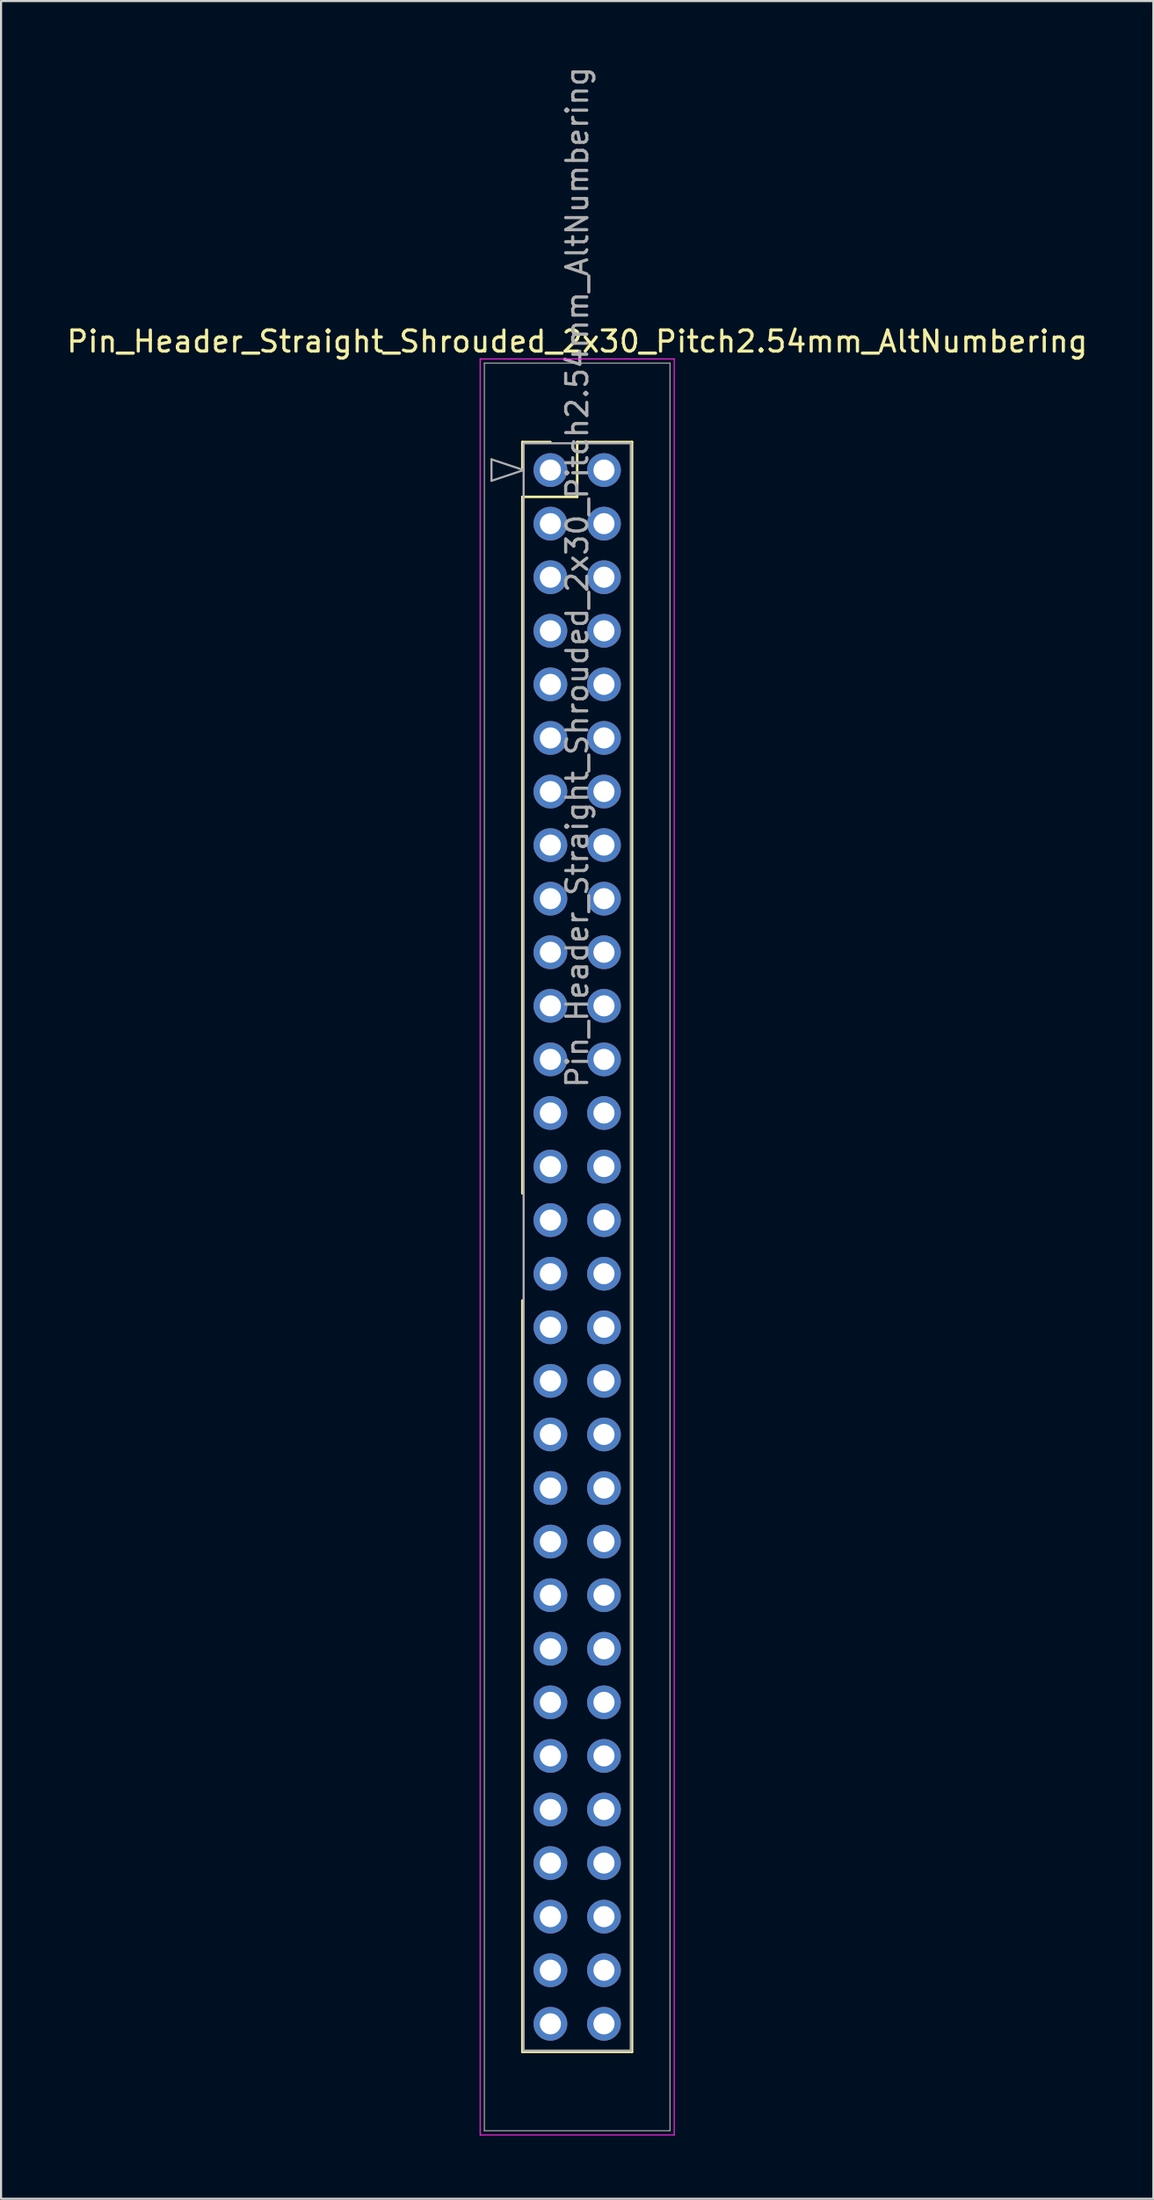
<source format=kicad_pcb>
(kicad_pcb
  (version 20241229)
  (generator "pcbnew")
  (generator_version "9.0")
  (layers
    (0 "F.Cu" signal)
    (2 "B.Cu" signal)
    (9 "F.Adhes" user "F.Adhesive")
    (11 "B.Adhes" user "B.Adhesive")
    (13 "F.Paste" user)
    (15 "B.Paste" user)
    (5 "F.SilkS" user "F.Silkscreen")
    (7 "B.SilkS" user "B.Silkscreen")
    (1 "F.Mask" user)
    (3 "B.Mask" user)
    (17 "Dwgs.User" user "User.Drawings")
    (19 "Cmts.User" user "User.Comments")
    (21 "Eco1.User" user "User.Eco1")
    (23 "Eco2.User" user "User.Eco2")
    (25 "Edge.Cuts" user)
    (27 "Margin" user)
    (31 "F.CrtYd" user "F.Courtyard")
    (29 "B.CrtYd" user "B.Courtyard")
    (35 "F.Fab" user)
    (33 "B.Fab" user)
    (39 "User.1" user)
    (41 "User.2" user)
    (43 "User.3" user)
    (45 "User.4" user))
  (footprint "Pin_Header_Straight_Shrouded_2x30_Pitch2.54mm_AltNumbering"
    (layer "F.Cu")
    (at 23.045 19.235)
    (property "Reference" "Pin_Header_Straight_Shrouded_2x30_Pitch2.54mm_AltNumbering" (at 1.27 -6.096 0) (layer "F.SilkS") (effects (font (size 1 1) (thickness 0.15))))
    (attr through_hole)
    (fp_line (start -1.33 -1.33) (end 0 -1.33) (stroke (width 0.12) (type solid)) (layer "F.SilkS"))
    (fp_line (start -1.33 0) (end -1.33 -1.33) (stroke (width 0.12) (type solid)) (layer "F.SilkS"))
    (fp_line (start -1.33 1.27) (end -1.33 34.29) (stroke (width 0.12) (type solid)) (layer "F.SilkS"))
    (fp_line (start -1.33 1.27) (end 1.27 1.27) (stroke (width 0.12) (type solid)) (layer "F.SilkS"))
    (fp_line (start -1.33 39.37) (end -1.33 74.99) (stroke (width 0.12) (type solid)) (layer "F.SilkS"))
    (fp_line (start -1.33 74.99) (end 3.87 74.99) (stroke (width 0.12) (type solid)) (layer "F.SilkS"))
    (fp_line (start 1.27 -1.33) (end 3.87 -1.33) (stroke (width 0.12) (type solid)) (layer "F.SilkS"))
    (fp_line (start 1.27 1.27) (end 1.27 -1.33) (stroke (width 0.12) (type solid)) (layer "F.SilkS"))
    (fp_line (start 3.87 -1.33) (end 3.87 74.99) (stroke (width 0.12) (type solid)) (layer "F.SilkS"))
    (fp_line (start -3.33 -5.27) (end -3.33 78.93) (stroke (width 0.05) (type solid)) (layer "F.CrtYd"))
    (fp_line (start -3.33 78.93) (end 5.87 78.93) (stroke (width 0.05) (type solid)) (layer "F.CrtYd"))
    (fp_line (start 5.87 -5.27) (end -3.33 -5.27) (stroke (width 0.05) (type solid)) (layer "F.CrtYd"))
    (fp_line (start 5.87 78.93) (end 5.87 -5.27) (stroke (width 0.05) (type solid)) (layer "F.CrtYd"))
    (fp_line (start -3.13 -5.07) (end -3.13 78.73) (stroke (width 0.05) (type solid)) (layer "F.Fab"))
    (fp_line (start -3.13 78.73) (end 5.67 78.73) (stroke (width 0.05) (type solid)) (layer "F.Fab"))
    (fp_line (start -2.794 -0.508) (end -1.27 0) (stroke (width 0.1) (type solid)) (layer "F.Fab"))
    (fp_line (start -2.794 0.508) (end -2.794 -0.508) (stroke (width 0.1) (type solid)) (layer "F.Fab"))
    (fp_line (start -1.27 -1.27) (end -1.27 74.93) (stroke (width 0.1) (type solid)) (layer "F.Fab"))
    (fp_line (start -1.27 0) (end -2.794 0.508) (stroke (width 0.1) (type solid)) (layer "F.Fab"))
    (fp_line (start -1.27 74.93) (end 3.81 74.93) (stroke (width 0.1) (type solid)) (layer "F.Fab"))
    (fp_line (start 3.81 -1.27) (end -1.27 -1.27) (stroke (width 0.1) (type solid)) (layer "F.Fab"))
    (fp_line (start 3.81 74.93) (end 3.81 -1.27) (stroke (width 0.1) (type solid)) (layer "F.Fab"))
    (fp_line (start 5.67 -5.07) (end -3.13 -5.07) (stroke (width 0.05) (type solid)) (layer "F.Fab"))
    (fp_line (start 5.67 78.73) (end 5.67 -5.07) (stroke (width 0.05) (type solid)) (layer "F.Fab"))
    (fp_text user "${REFERENCE}" (at 1.27 5.08 90) (layer "F.Fab") (effects (font (size 1 1) (thickness 0.15))))
    (pad "1" thru_hole oval (at 0 0) (size 1.6 1.6) (drill 1) (layers "*.Cu" "*.Mask"))
    (pad "2" thru_hole oval (at 0 2.54) (size 1.6 1.6) (drill 1) (layers "*.Cu" "*.Mask"))
    (pad "3" thru_hole oval (at 0 5.08) (size 1.6 1.6) (drill 1) (layers "*.Cu" "*.Mask"))
    (pad "4" thru_hole oval (at 0 7.62) (size 1.6 1.6) (drill 1) (layers "*.Cu" "*.Mask"))
    (pad "5" thru_hole oval (at 0 10.16) (size 1.6 1.6) (drill 1) (layers "*.Cu" "*.Mask"))
    (pad "6" thru_hole oval (at 0 12.7) (size 1.6 1.6) (drill 1) (layers "*.Cu" "*.Mask"))
    (pad "7" thru_hole oval (at 0 15.24) (size 1.6 1.6) (drill 1) (layers "*.Cu" "*.Mask"))
    (pad "8" thru_hole oval (at 0 17.78) (size 1.6 1.6) (drill 1) (layers "*.Cu" "*.Mask"))
    (pad "9" thru_hole oval (at 0 20.32) (size 1.6 1.6) (drill 1) (layers "*.Cu" "*.Mask"))
    (pad "10" thru_hole oval (at 0 22.86) (size 1.6 1.6) (drill 1) (layers "*.Cu" "*.Mask"))
    (pad "11" thru_hole oval (at 0 25.4) (size 1.6 1.6) (drill 1) (layers "*.Cu" "*.Mask"))
    (pad "12" thru_hole oval (at 0 27.94) (size 1.6 1.6) (drill 1) (layers "*.Cu" "*.Mask"))
    (pad "13" thru_hole oval (at 0 30.48) (size 1.6 1.6) (drill 1) (layers "*.Cu" "*.Mask"))
    (pad "14" thru_hole oval (at 0 33.02) (size 1.6 1.6) (drill 1) (layers "*.Cu" "*.Mask"))
    (pad "15" thru_hole oval (at 0 35.56) (size 1.6 1.6) (drill 1) (layers "*.Cu" "*.Mask"))
    (pad "16" thru_hole oval (at 0 38.1) (size 1.6 1.6) (drill 1) (layers "*.Cu" "*.Mask"))
    (pad "17" thru_hole oval (at 0 40.64) (size 1.6 1.6) (drill 1) (layers "*.Cu" "*.Mask"))
    (pad "18" thru_hole oval (at 0 43.18) (size 1.6 1.6) (drill 1) (layers "*.Cu" "*.Mask"))
    (pad "19" thru_hole oval (at 0 45.72) (size 1.6 1.6) (drill 1) (layers "*.Cu" "*.Mask"))
    (pad "20" thru_hole oval (at 0 48.26) (size 1.6 1.6) (drill 1) (layers "*.Cu" "*.Mask"))
    (pad "21" thru_hole oval (at 0 50.8) (size 1.6 1.6) (drill 1) (layers "*.Cu" "*.Mask"))
    (pad "22" thru_hole oval (at 0 53.34) (size 1.6 1.6) (drill 1) (layers "*.Cu" "*.Mask"))
    (pad "23" thru_hole oval (at 0 55.88) (size 1.6 1.6) (drill 1) (layers "*.Cu" "*.Mask"))
    (pad "24" thru_hole oval (at 0 58.42) (size 1.6 1.6) (drill 1) (layers "*.Cu" "*.Mask"))
    (pad "25" thru_hole oval (at 0 60.96) (size 1.6 1.6) (drill 1) (layers "*.Cu" "*.Mask"))
    (pad "26" thru_hole oval (at 0 63.5) (size 1.6 1.6) (drill 1) (layers "*.Cu" "*.Mask"))
    (pad "27" thru_hole oval (at 0 66.04) (size 1.6 1.6) (drill 1) (layers "*.Cu" "*.Mask"))
    (pad "28" thru_hole oval (at 0 68.58) (size 1.6 1.6) (drill 1) (layers "*.Cu" "*.Mask"))
    (pad "29" thru_hole oval (at 0 71.12) (size 1.6 1.6) (drill 1) (layers "*.Cu" "*.Mask"))
    (pad "30" thru_hole oval (at 0 73.66) (size 1.6 1.6) (drill 1) (layers "*.Cu" "*.Mask"))
    (pad "31" thru_hole oval (at 2.54 0) (size 1.6 1.6) (drill 1) (layers "*.Cu" "*.Mask"))
    (pad "32" thru_hole oval (at 2.54 2.54) (size 1.6 1.6) (drill 1) (layers "*.Cu" "*.Mask"))
    (pad "33" thru_hole oval (at 2.54 5.08) (size 1.6 1.6) (drill 1) (layers "*.Cu" "*.Mask"))
    (pad "34" thru_hole oval (at 2.54 7.62) (size 1.6 1.6) (drill 1) (layers "*.Cu" "*.Mask"))
    (pad "35" thru_hole oval (at 2.54 10.16) (size 1.6 1.6) (drill 1) (layers "*.Cu" "*.Mask"))
    (pad "36" thru_hole oval (at 2.54 12.7) (size 1.6 1.6) (drill 1) (layers "*.Cu" "*.Mask"))
    (pad "37" thru_hole oval (at 2.54 15.24) (size 1.6 1.6) (drill 1) (layers "*.Cu" "*.Mask"))
    (pad "38" thru_hole oval (at 2.54 17.78) (size 1.6 1.6) (drill 1) (layers "*.Cu" "*.Mask"))
    (pad "39" thru_hole oval (at 2.54 20.32) (size 1.6 1.6) (drill 1) (layers "*.Cu" "*.Mask"))
    (pad "40" thru_hole oval (at 2.54 22.86) (size 1.6 1.6) (drill 1) (layers "*.Cu" "*.Mask"))
    (pad "41" thru_hole oval (at 2.54 25.4) (size 1.6 1.6) (drill 1) (layers "*.Cu" "*.Mask"))
    (pad "42" thru_hole oval (at 2.54 27.94) (size 1.6 1.6) (drill 1) (layers "*.Cu" "*.Mask"))
    (pad "43" thru_hole oval (at 2.54 30.48) (size 1.6 1.6) (drill 1) (layers "*.Cu" "*.Mask"))
    (pad "44" thru_hole oval (at 2.54 33.02) (size 1.6 1.6) (drill 1) (layers "*.Cu" "*.Mask"))
    (pad "45" thru_hole oval (at 2.54 35.56) (size 1.6 1.6) (drill 1) (layers "*.Cu" "*.Mask"))
    (pad "46" thru_hole oval (at 2.54 38.1) (size 1.6 1.6) (drill 1) (layers "*.Cu" "*.Mask"))
    (pad "47" thru_hole oval (at 2.54 40.64) (size 1.6 1.6) (drill 1) (layers "*.Cu" "*.Mask"))
    (pad "48" thru_hole oval (at 2.54 43.18) (size 1.6 1.6) (drill 1) (layers "*.Cu" "*.Mask"))
    (pad "49" thru_hole oval (at 2.54 45.72) (size 1.6 1.6) (drill 1) (layers "*.Cu" "*.Mask"))
    (pad "50" thru_hole oval (at 2.54 48.26) (size 1.6 1.6) (drill 1) (layers "*.Cu" "*.Mask"))
    (pad "51" thru_hole oval (at 2.54 50.8) (size 1.6 1.6) (drill 1) (layers "*.Cu" "*.Mask"))
    (pad "52" thru_hole oval (at 2.54 53.34) (size 1.6 1.6) (drill 1) (layers "*.Cu" "*.Mask"))
    (pad "53" thru_hole oval (at 2.54 55.88) (size 1.6 1.6) (drill 1) (layers "*.Cu" "*.Mask"))
    (pad "54" thru_hole oval (at 2.54 58.42) (size 1.6 1.6) (drill 1) (layers "*.Cu" "*.Mask"))
    (pad "55" thru_hole oval (at 2.54 60.96) (size 1.6 1.6) (drill 1) (layers "*.Cu" "*.Mask"))
    (pad "56" thru_hole oval (at 2.54 63.5) (size 1.6 1.6) (drill 1) (layers "*.Cu" "*.Mask"))
    (pad "57" thru_hole oval (at 2.54 66.04) (size 1.6 1.6) (drill 1) (layers "*.Cu" "*.Mask"))
    (pad "58" thru_hole oval (at 2.54 68.58) (size 1.6 1.6) (drill 1) (layers "*.Cu" "*.Mask"))
    (pad "59" thru_hole oval (at 2.54 71.12) (size 1.6 1.6) (drill 1) (layers "*.Cu" "*.Mask"))
    (pad "60" thru_hole oval (at 2.54 73.66) (size 1.6 1.6) (drill 1) (layers "*.Cu" "*.Mask")))
  (gr_rect
    (start -3 -3)
    (end 51.631 101.19)
    (stroke (width 0.1) (type default))
    (fill no)
    (layer "Edge.Cuts")))
</source>
